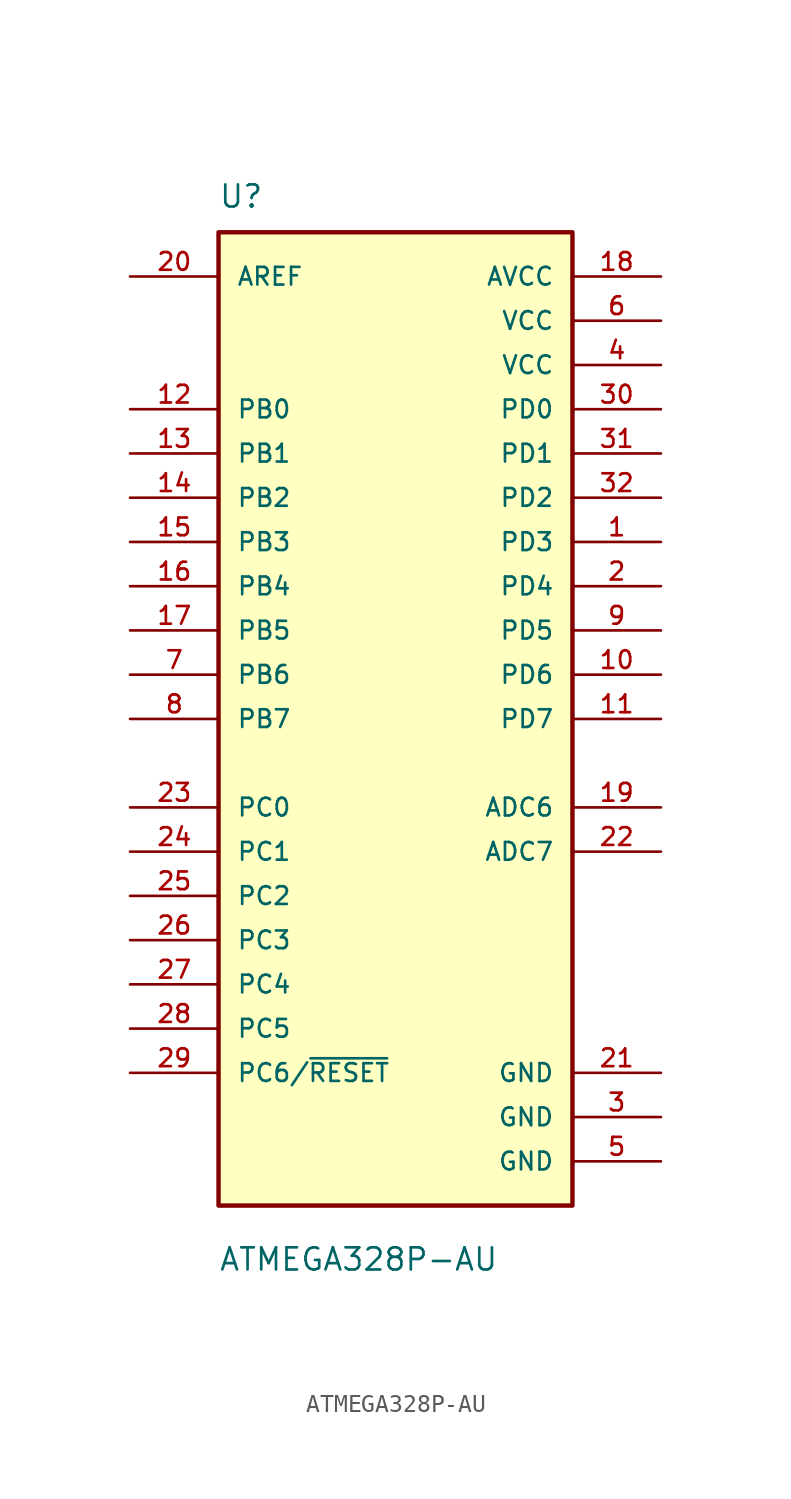
<source format=kicad_sym>
(kicad_symbol_lib
  (version 20241209)
  (generator "kicad_symbol_editor")
  (generator_version "9.0")
  (symbol "ATMEGA328P-AU"
    (pin_names
      (offset 1.016))
    (property "Reference" "U"
      (at -10.175 29.255 0)
      (effects (font (size 1.27 1.27)) (justify left bottom)))
    (property "Value" "ATMEGA328P-AU"
      (at -10.167 -31.771 0)
      (effects (font (size 1.27 1.27)) (justify left bottom)))
    (symbol "ATMEGA328P-AU_0_0"
      (rectangle (start -10.16 -27.94) (end 10.16 27.94) (stroke (width 0.254) (type default)) (fill (type background)))
      (pin input line (at -15.24 25.4 0) (length 5.08) (name "AREF" (effects (font (size 1.016 1.016)))) (number "20" (effects (font (size 1.016 1.016)))))
      (pin bidirectional line (at -15.24 17.78 0) (length 5.08) (name "PB0" (effects (font (size 1.016 1.016)))) (number "12" (effects (font (size 1.016 1.016)))))
      (pin bidirectional line (at -15.24 15.24 0) (length 5.08) (name "PB1" (effects (font (size 1.016 1.016)))) (number "13" (effects (font (size 1.016 1.016)))))
      (pin bidirectional line (at -15.24 12.7 0) (length 5.08) (name "PB2" (effects (font (size 1.016 1.016)))) (number "14" (effects (font (size 1.016 1.016)))))
      (pin bidirectional line (at -15.24 10.16 0) (length 5.08) (name "PB3" (effects (font (size 1.016 1.016)))) (number "15" (effects (font (size 1.016 1.016)))))
      (pin bidirectional line (at -15.24 7.62 0) (length 5.08) (name "PB4" (effects (font (size 1.016 1.016)))) (number "16" (effects (font (size 1.016 1.016)))))
      (pin bidirectional line (at -15.24 5.08 0) (length 5.08) (name "PB5" (effects (font (size 1.016 1.016)))) (number "17" (effects (font (size 1.016 1.016)))))
      (pin bidirectional line (at -15.24 2.54 0) (length 5.08) (name "PB6" (effects (font (size 1.016 1.016)))) (number "7" (effects (font (size 1.016 1.016)))))
      (pin bidirectional line (at -15.24 0 0) (length 5.08) (name "PB7" (effects (font (size 1.016 1.016)))) (number "8" (effects (font (size 1.016 1.016)))))
      (pin bidirectional line (at -15.24 -5.08 0) (length 5.08) (name "PC0" (effects (font (size 1.016 1.016)))) (number "23" (effects (font (size 1.016 1.016)))))
      (pin bidirectional line (at -15.24 -7.62 0) (length 5.08) (name "PC1" (effects (font (size 1.016 1.016)))) (number "24" (effects (font (size 1.016 1.016)))))
      (pin bidirectional line (at -15.24 -10.16 0) (length 5.08) (name "PC2" (effects (font (size 1.016 1.016)))) (number "25" (effects (font (size 1.016 1.016)))))
      (pin bidirectional line (at -15.24 -12.7 0) (length 5.08) (name "PC3" (effects (font (size 1.016 1.016)))) (number "26" (effects (font (size 1.016 1.016)))))
      (pin bidirectional line (at -15.24 -15.24 0) (length 5.08) (name "PC4" (effects (font (size 1.016 1.016)))) (number "27" (effects (font (size 1.016 1.016)))))
      (pin bidirectional line (at -15.24 -17.78 0) (length 5.08) (name "PC5" (effects (font (size 1.016 1.016)))) (number "28" (effects (font (size 1.016 1.016)))))
      (pin bidirectional line (at -15.24 -20.32 0) (length 5.08) (name "PC6/~{RESET}" (effects (font (size 1.016 1.016)))) (number "29" (effects (font (size 1.016 1.016)))))
      (pin power_in line (at 15.24 25.4 180) (length 5.08) (name "AVCC" (effects (font (size 1.016 1.016)))) (number "18" (effects (font (size 1.016 1.016)))))
      (pin power_in line (at 15.24 22.86 180) (length 5.08) (name "VCC" (effects (font (size 1.016 1.016)))) (number "6" (effects (font (size 1.016 1.016)))))
      (pin power_in line (at 15.24 20.32 180) (length 5.08) (name "VCC" (effects (font (size 1.016 1.016)))) (number "4" (effects (font (size 1.016 1.016)))))
      (pin bidirectional line (at 15.24 17.78 180) (length 5.08) (name "PD0" (effects (font (size 1.016 1.016)))) (number "30" (effects (font (size 1.016 1.016)))))
      (pin bidirectional line (at 15.24 15.24 180) (length 5.08) (name "PD1" (effects (font (size 1.016 1.016)))) (number "31" (effects (font (size 1.016 1.016)))))
      (pin bidirectional line (at 15.24 12.7 180) (length 5.08) (name "PD2" (effects (font (size 1.016 1.016)))) (number "32" (effects (font (size 1.016 1.016)))))
      (pin bidirectional line (at 15.24 10.16 180) (length 5.08) (name "PD3" (effects (font (size 1.016 1.016)))) (number "1" (effects (font (size 1.016 1.016)))))
      (pin bidirectional line (at 15.24 7.62 180) (length 5.08) (name "PD4" (effects (font (size 1.016 1.016)))) (number "2" (effects (font (size 1.016 1.016)))))
      (pin bidirectional line (at 15.24 5.08 180) (length 5.08) (name "PD5" (effects (font (size 1.016 1.016)))) (number "9" (effects (font (size 1.016 1.016)))))
      (pin bidirectional line (at 15.24 2.54 180) (length 5.08) (name "PD6" (effects (font (size 1.016 1.016)))) (number "10" (effects (font (size 1.016 1.016)))))
      (pin bidirectional line (at 15.24 0 180) (length 5.08) (name "PD7" (effects (font (size 1.016 1.016)))) (number "11" (effects (font (size 1.016 1.016)))))
      (pin bidirectional line (at 15.24 -5.08 180) (length 5.08) (name "ADC6" (effects (font (size 1.016 1.016)))) (number "19" (effects (font (size 1.016 1.016)))))
      (pin bidirectional line (at 15.24 -7.62 180) (length 5.08) (name "ADC7" (effects (font (size 1.016 1.016)))) (number "22" (effects (font (size 1.016 1.016)))))
      (pin power_in line (at 15.24 -20.32 180) (length 5.08) (name "GND" (effects (font (size 1.016 1.016)))) (number "21" (effects (font (size 1.016 1.016)))))
      (pin power_in line (at 15.24 -22.86 180) (length 5.08) (name "GND" (effects (font (size 1.016 1.016)))) (number "3" (effects (font (size 1.016 1.016)))))
      (pin power_in line (at 15.24 -25.4 180) (length 5.08) (name "GND" (effects (font (size 1.016 1.016)))) (number "5" (effects (font (size 1.016 1.016))))))))
</source>
